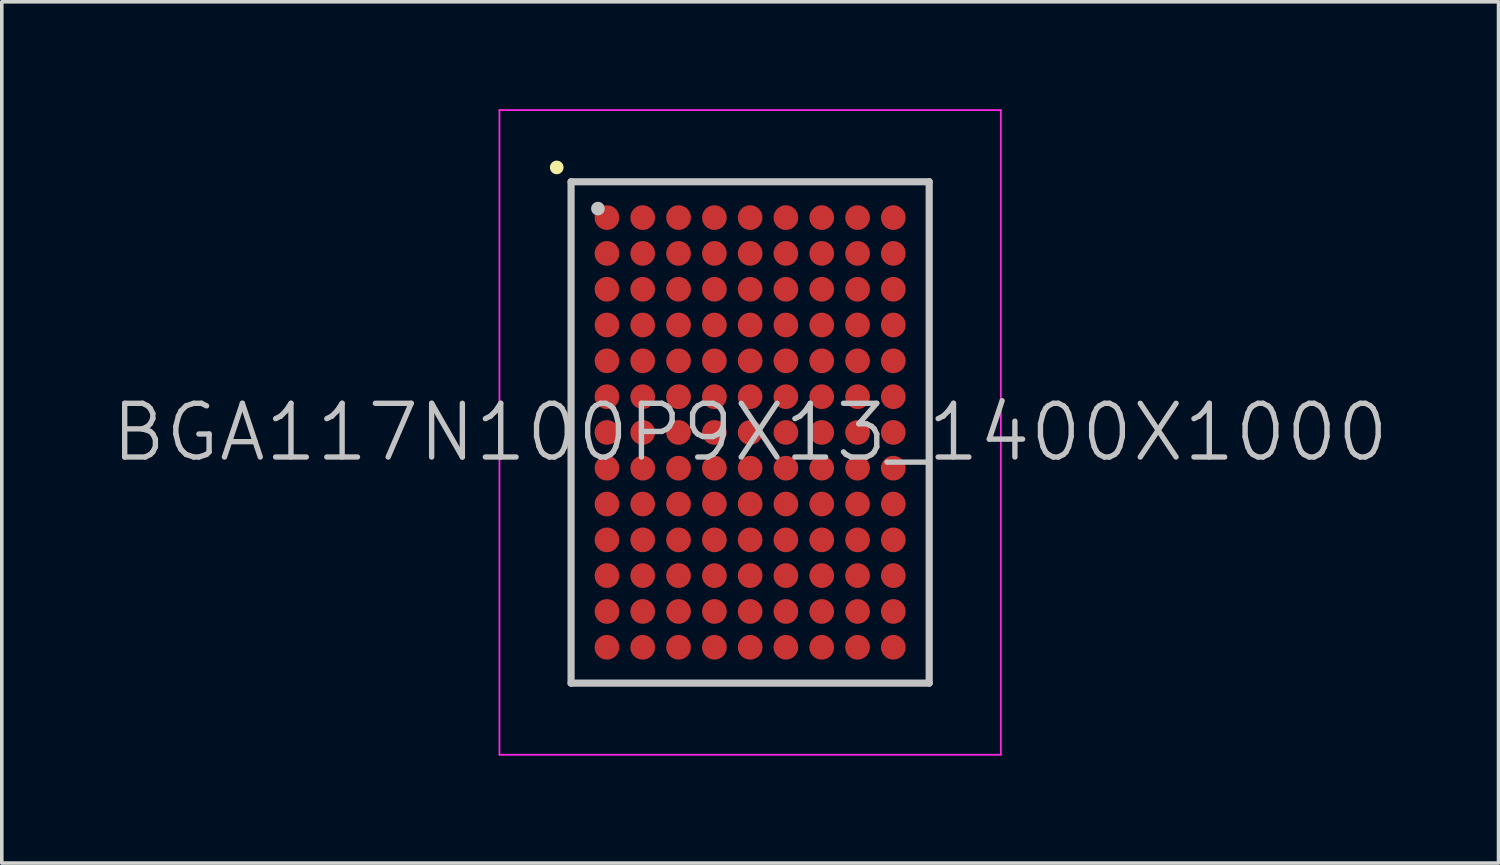
<source format=kicad_pcb>
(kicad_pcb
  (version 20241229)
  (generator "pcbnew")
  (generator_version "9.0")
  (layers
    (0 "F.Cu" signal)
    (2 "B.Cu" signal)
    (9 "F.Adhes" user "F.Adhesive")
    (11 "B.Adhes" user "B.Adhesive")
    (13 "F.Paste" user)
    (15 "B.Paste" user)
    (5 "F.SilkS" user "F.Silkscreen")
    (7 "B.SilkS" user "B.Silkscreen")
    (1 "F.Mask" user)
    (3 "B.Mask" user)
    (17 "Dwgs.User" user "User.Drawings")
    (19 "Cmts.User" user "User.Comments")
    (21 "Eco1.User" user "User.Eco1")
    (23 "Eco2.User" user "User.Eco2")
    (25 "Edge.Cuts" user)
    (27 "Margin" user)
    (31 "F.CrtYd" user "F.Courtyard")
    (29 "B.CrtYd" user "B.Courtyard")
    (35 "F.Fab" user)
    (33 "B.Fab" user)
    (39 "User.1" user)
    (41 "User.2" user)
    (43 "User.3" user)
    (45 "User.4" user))
  (footprint "BGA117N100P9X13_1400X1000"
    (layer "F.Cu")
    (at 17.896 9.025)
    (property "Reference" "BGA117N100P9X13_1400X1000" (at 0 0 0) (layer "Dwgs.User") (effects (font (size 1.5 1.5) (thickness 0.15))))
    (attr smd)
    (fp_line (start -5.4 -7.4) (end -5.4 -7.4) (stroke (width 0.381) (type solid)) (layer "F.SilkS"))
    (fp_line (start -5 -7) (end -5 7) (stroke (width 0.2) (type solid)) (layer "Dwgs.User"))
    (fp_line (start -5 -7) (end 5 -7) (stroke (width 0.2) (type solid)) (layer "Dwgs.User"))
    (fp_line (start -5 7) (end 5 7) (stroke (width 0.2) (type solid)) (layer "Dwgs.User"))
    (fp_line (start -4.25 -6.25) (end -4.25 -6.25) (stroke (width 0.381) (type solid)) (layer "Dwgs.User"))
    (fp_line (start 5 -7) (end 5 7) (stroke (width 0.2) (type solid)) (layer "Dwgs.User"))
    (fp_line (start -7 -9) (end -7 9) (stroke (width 0.05) (type solid)) (layer "F.CrtYd"))
    (fp_line (start -7 -9) (end 7 -9) (stroke (width 0.05) (type solid)) (layer "F.CrtYd"))
    (fp_line (start -7 9) (end 7 9) (stroke (width 0.05) (type solid)) (layer "F.CrtYd"))
    (fp_line (start 7 -9) (end 7 9) (stroke (width 0.05) (type solid)) (layer "F.CrtYd"))
    (pad "A1" smd circle (at -3.998 -5.999 270) (size 0.69 0.69) (layers "F.Cu" "F.Mask" "F.Paste"))
    (pad "A2" smd circle (at -3 -5.999 270) (size 0.69 0.69) (layers "F.Cu" "F.Mask" "F.Paste"))
    (pad "A3" smd circle (at -1.999 -5.999 270) (size 0.69 0.69) (layers "F.Cu" "F.Mask" "F.Paste"))
    (pad "A4" smd circle (at -0.998 -5.999 270) (size 0.69 0.69) (layers "F.Cu" "F.Mask" "F.Paste"))
    (pad "A5" smd circle (at 0 -5.999 270) (size 0.69 0.69) (layers "F.Cu" "F.Mask" "F.Paste"))
    (pad "A6" smd circle (at 0.998 -5.999 270) (size 0.69 0.69) (layers "F.Cu" "F.Mask" "F.Paste"))
    (pad "A7" smd circle (at 1.999 -5.999 270) (size 0.69 0.69) (layers "F.Cu" "F.Mask" "F.Paste"))
    (pad "A8" smd circle (at 3 -5.999 270) (size 0.69 0.69) (layers "F.Cu" "F.Mask" "F.Paste"))
    (pad "A9" smd circle (at 3.998 -5.999 270) (size 0.69 0.69) (layers "F.Cu" "F.Mask" "F.Paste"))
    (pad "B1" smd circle (at -3.998 -4.999 270) (size 0.69 0.69) (layers "F.Cu" "F.Mask" "F.Paste"))
    (pad "B2" smd circle (at -3 -4.999 270) (size 0.69 0.69) (layers "F.Cu" "F.Mask" "F.Paste"))
    (pad "B3" smd circle (at -1.999 -4.999 270) (size 0.69 0.69) (layers "F.Cu" "F.Mask" "F.Paste"))
    (pad "B4" smd circle (at -0.998 -4.999 270) (size 0.69 0.69) (layers "F.Cu" "F.Mask" "F.Paste"))
    (pad "B5" smd circle (at 0 -4.999 270) (size 0.69 0.69) (layers "F.Cu" "F.Mask" "F.Paste"))
    (pad "B6" smd circle (at 0.998 -4.999 270) (size 0.69 0.69) (layers "F.Cu" "F.Mask" "F.Paste"))
    (pad "B7" smd circle (at 1.999 -4.999 270) (size 0.69 0.69) (layers "F.Cu" "F.Mask" "F.Paste"))
    (pad "B8" smd circle (at 3 -4.999 270) (size 0.69 0.69) (layers "F.Cu" "F.Mask" "F.Paste"))
    (pad "B9" smd circle (at 3.998 -4.999 270) (size 0.69 0.69) (layers "F.Cu" "F.Mask" "F.Paste"))
    (pad "C1" smd circle (at -3.998 -3.998 270) (size 0.69 0.69) (layers "F.Cu" "F.Mask" "F.Paste"))
    (pad "C2" smd circle (at -3 -3.998 270) (size 0.69 0.69) (layers "F.Cu" "F.Mask" "F.Paste"))
    (pad "C3" smd circle (at -1.999 -3.998 270) (size 0.69 0.69) (layers "F.Cu" "F.Mask" "F.Paste"))
    (pad "C4" smd circle (at -0.998 -3.998 270) (size 0.69 0.69) (layers "F.Cu" "F.Mask" "F.Paste"))
    (pad "C5" smd circle (at 0 -3.998 270) (size 0.69 0.69) (layers "F.Cu" "F.Mask" "F.Paste"))
    (pad "C6" smd circle (at 0.998 -3.998 270) (size 0.69 0.69) (layers "F.Cu" "F.Mask" "F.Paste"))
    (pad "C7" smd circle (at 1.999 -3.998 270) (size 0.69 0.69) (layers "F.Cu" "F.Mask" "F.Paste"))
    (pad "C8" smd circle (at 3 -3.998 270) (size 0.69 0.69) (layers "F.Cu" "F.Mask" "F.Paste"))
    (pad "C9" smd circle (at 3.998 -3.998 270) (size 0.69 0.69) (layers "F.Cu" "F.Mask" "F.Paste"))
    (pad "D1" smd circle (at -3.998 -3 270) (size 0.69 0.69) (layers "F.Cu" "F.Mask" "F.Paste"))
    (pad "D2" smd circle (at -3 -3 270) (size 0.69 0.69) (layers "F.Cu" "F.Mask" "F.Paste"))
    (pad "D3" smd circle (at -1.999 -3 270) (size 0.69 0.69) (layers "F.Cu" "F.Mask" "F.Paste"))
    (pad "D4" smd circle (at -0.998 -3 270) (size 0.69 0.69) (layers "F.Cu" "F.Mask" "F.Paste"))
    (pad "D5" smd circle (at 0 -3 270) (size 0.69 0.69) (layers "F.Cu" "F.Mask" "F.Paste"))
    (pad "D6" smd circle (at 0.998 -3 270) (size 0.69 0.69) (layers "F.Cu" "F.Mask" "F.Paste"))
    (pad "D7" smd circle (at 1.999 -3 270) (size 0.69 0.69) (layers "F.Cu" "F.Mask" "F.Paste"))
    (pad "D8" smd circle (at 3 -3 270) (size 0.69 0.69) (layers "F.Cu" "F.Mask" "F.Paste"))
    (pad "D9" smd circle (at 3.998 -3 270) (size 0.69 0.69) (layers "F.Cu" "F.Mask" "F.Paste"))
    (pad "E1" smd circle (at -3.998 -1.999 270) (size 0.69 0.69) (layers "F.Cu" "F.Mask" "F.Paste"))
    (pad "E2" smd circle (at -3 -1.999 270) (size 0.69 0.69) (layers "F.Cu" "F.Mask" "F.Paste"))
    (pad "E3" smd circle (at -1.999 -1.999 270) (size 0.69 0.69) (layers "F.Cu" "F.Mask" "F.Paste"))
    (pad "E4" smd circle (at -0.998 -1.999 270) (size 0.69 0.69) (layers "F.Cu" "F.Mask" "F.Paste"))
    (pad "E5" smd circle (at 0 -1.999 270) (size 0.69 0.69) (layers "F.Cu" "F.Mask" "F.Paste"))
    (pad "E6" smd circle (at 0.998 -1.999 270) (size 0.69 0.69) (layers "F.Cu" "F.Mask" "F.Paste"))
    (pad "E7" smd circle (at 1.999 -1.999 270) (size 0.69 0.69) (layers "F.Cu" "F.Mask" "F.Paste"))
    (pad "E8" smd circle (at 3 -1.999 270) (size 0.69 0.69) (layers "F.Cu" "F.Mask" "F.Paste"))
    (pad "E9" smd circle (at 3.998 -1.999 270) (size 0.69 0.69) (layers "F.Cu" "F.Mask" "F.Paste"))
    (pad "F1" smd circle (at -3.998 -0.998 270) (size 0.69 0.69) (layers "F.Cu" "F.Mask" "F.Paste"))
    (pad "F2" smd circle (at -3 -0.998 270) (size 0.69 0.69) (layers "F.Cu" "F.Mask" "F.Paste"))
    (pad "F3" smd circle (at -1.999 -0.998 270) (size 0.69 0.69) (layers "F.Cu" "F.Mask" "F.Paste"))
    (pad "F4" smd circle (at -0.998 -0.998 270) (size 0.69 0.69) (layers "F.Cu" "F.Mask" "F.Paste"))
    (pad "F5" smd circle (at 0 -0.998 270) (size 0.69 0.69) (layers "F.Cu" "F.Mask" "F.Paste"))
    (pad "F6" smd circle (at 0.998 -0.998 270) (size 0.69 0.69) (layers "F.Cu" "F.Mask" "F.Paste"))
    (pad "F7" smd circle (at 1.999 -0.998 270) (size 0.69 0.69) (layers "F.Cu" "F.Mask" "F.Paste"))
    (pad "F8" smd circle (at 3 -0.998 270) (size 0.69 0.69) (layers "F.Cu" "F.Mask" "F.Paste"))
    (pad "F9" smd circle (at 3.998 -0.998 270) (size 0.69 0.69) (layers "F.Cu" "F.Mask" "F.Paste"))
    (pad "G1" smd circle (at -3.998 0 270) (size 0.69 0.69) (layers "F.Cu" "F.Mask" "F.Paste"))
    (pad "G2" smd circle (at -3 0 270) (size 0.69 0.69) (layers "F.Cu" "F.Mask" "F.Paste"))
    (pad "G3" smd circle (at -1.999 0 270) (size 0.69 0.69) (layers "F.Cu" "F.Mask" "F.Paste"))
    (pad "G4" smd circle (at -0.998 0 270) (size 0.69 0.69) (layers "F.Cu" "F.Mask" "F.Paste"))
    (pad "G5" smd circle (at 0 0 270) (size 0.69 0.69) (layers "F.Cu" "F.Mask" "F.Paste"))
    (pad "G6" smd circle (at 0.998 0 270) (size 0.69 0.69) (layers "F.Cu" "F.Mask" "F.Paste"))
    (pad "G7" smd circle (at 1.999 0 270) (size 0.69 0.69) (layers "F.Cu" "F.Mask" "F.Paste"))
    (pad "G8" smd circle (at 3 0 270) (size 0.69 0.69) (layers "F.Cu" "F.Mask" "F.Paste"))
    (pad "G9" smd circle (at 3.998 0 270) (size 0.69 0.69) (layers "F.Cu" "F.Mask" "F.Paste"))
    (pad "H1" smd circle (at -3.998 0.998 270) (size 0.69 0.69) (layers "F.Cu" "F.Mask" "F.Paste"))
    (pad "H2" smd circle (at -3 0.998 270) (size 0.69 0.69) (layers "F.Cu" "F.Mask" "F.Paste"))
    (pad "H3" smd circle (at -1.999 0.998 270) (size 0.69 0.69) (layers "F.Cu" "F.Mask" "F.Paste"))
    (pad "H4" smd circle (at -0.998 0.998 270) (size 0.69 0.69) (layers "F.Cu" "F.Mask" "F.Paste"))
    (pad "H5" smd circle (at 0 0.998 270) (size 0.69 0.69) (layers "F.Cu" "F.Mask" "F.Paste"))
    (pad "H6" smd circle (at 0.998 0.998 270) (size 0.69 0.69) (layers "F.Cu" "F.Mask" "F.Paste"))
    (pad "H7" smd circle (at 1.999 0.998 270) (size 0.69 0.69) (layers "F.Cu" "F.Mask" "F.Paste"))
    (pad "H8" smd circle (at 3 0.998 270) (size 0.69 0.69) (layers "F.Cu" "F.Mask" "F.Paste"))
    (pad "H9" smd circle (at 3.998 0.998 270) (size 0.69 0.69) (layers "F.Cu" "F.Mask" "F.Paste"))
    (pad "J1" smd circle (at -3.998 1.999 270) (size 0.69 0.69) (layers "F.Cu" "F.Mask" "F.Paste"))
    (pad "J2" smd circle (at -3 1.999 270) (size 0.69 0.69) (layers "F.Cu" "F.Mask" "F.Paste"))
    (pad "J3" smd circle (at -1.999 1.999 270) (size 0.69 0.69) (layers "F.Cu" "F.Mask" "F.Paste"))
    (pad "J4" smd circle (at -0.998 1.999 270) (size 0.69 0.69) (layers "F.Cu" "F.Mask" "F.Paste"))
    (pad "J5" smd circle (at 0 1.999 270) (size 0.69 0.69) (layers "F.Cu" "F.Mask" "F.Paste"))
    (pad "J6" smd circle (at 0.998 1.999 270) (size 0.69 0.69) (layers "F.Cu" "F.Mask" "F.Paste"))
    (pad "J7" smd circle (at 1.999 1.999 270) (size 0.69 0.69) (layers "F.Cu" "F.Mask" "F.Paste"))
    (pad "J8" smd circle (at 3 1.999 270) (size 0.69 0.69) (layers "F.Cu" "F.Mask" "F.Paste"))
    (pad "J9" smd circle (at 3.998 1.999 270) (size 0.69 0.69) (layers "F.Cu" "F.Mask" "F.Paste"))
    (pad "K1" smd circle (at -3.998 3 270) (size 0.69 0.69) (layers "F.Cu" "F.Mask" "F.Paste"))
    (pad "K2" smd circle (at -3 3 270) (size 0.69 0.69) (layers "F.Cu" "F.Mask" "F.Paste"))
    (pad "K3" smd circle (at -1.999 3 270) (size 0.69 0.69) (layers "F.Cu" "F.Mask" "F.Paste"))
    (pad "K4" smd circle (at -0.998 3 270) (size 0.69 0.69) (layers "F.Cu" "F.Mask" "F.Paste"))
    (pad "K5" smd circle (at 0 3 270) (size 0.69 0.69) (layers "F.Cu" "F.Mask" "F.Paste"))
    (pad "K6" smd circle (at 0.998 3 270) (size 0.69 0.69) (layers "F.Cu" "F.Mask" "F.Paste"))
    (pad "K7" smd circle (at 1.999 3 270) (size 0.69 0.69) (layers "F.Cu" "F.Mask" "F.Paste"))
    (pad "K8" smd circle (at 3 3 270) (size 0.69 0.69) (layers "F.Cu" "F.Mask" "F.Paste"))
    (pad "K9" smd circle (at 3.998 3 270) (size 0.69 0.69) (layers "F.Cu" "F.Mask" "F.Paste"))
    (pad "L1" smd circle (at -3.998 3.998 270) (size 0.69 0.69) (layers "F.Cu" "F.Mask" "F.Paste"))
    (pad "L2" smd circle (at -3 3.998 270) (size 0.69 0.69) (layers "F.Cu" "F.Mask" "F.Paste"))
    (pad "L3" smd circle (at -1.999 3.998 270) (size 0.69 0.69) (layers "F.Cu" "F.Mask" "F.Paste"))
    (pad "L4" smd circle (at -0.998 3.998 270) (size 0.69 0.69) (layers "F.Cu" "F.Mask" "F.Paste"))
    (pad "L5" smd circle (at 0 3.998 270) (size 0.69 0.69) (layers "F.Cu" "F.Mask" "F.Paste"))
    (pad "L6" smd circle (at 0.998 3.998 270) (size 0.69 0.69) (layers "F.Cu" "F.Mask" "F.Paste"))
    (pad "L7" smd circle (at 1.999 3.998 270) (size 0.69 0.69) (layers "F.Cu" "F.Mask" "F.Paste"))
    (pad "L8" smd circle (at 3 3.998 270) (size 0.69 0.69) (layers "F.Cu" "F.Mask" "F.Paste"))
    (pad "L9" smd circle (at 3.998 3.998 270) (size 0.69 0.69) (layers "F.Cu" "F.Mask" "F.Paste"))
    (pad "M1" smd circle (at -3.998 4.999 270) (size 0.69 0.69) (layers "F.Cu" "F.Mask" "F.Paste"))
    (pad "M2" smd circle (at -3 4.999 270) (size 0.69 0.69) (layers "F.Cu" "F.Mask" "F.Paste"))
    (pad "M3" smd circle (at -1.999 4.999 270) (size 0.69 0.69) (layers "F.Cu" "F.Mask" "F.Paste"))
    (pad "M4" smd circle (at -0.998 4.999 270) (size 0.69 0.69) (layers "F.Cu" "F.Mask" "F.Paste"))
    (pad "M5" smd circle (at 0 4.999 270) (size 0.69 0.69) (layers "F.Cu" "F.Mask" "F.Paste"))
    (pad "M6" smd circle (at 0.998 4.999 270) (size 0.69 0.69) (layers "F.Cu" "F.Mask" "F.Paste"))
    (pad "M7" smd circle (at 1.999 4.999 270) (size 0.69 0.69) (layers "F.Cu" "F.Mask" "F.Paste"))
    (pad "M8" smd circle (at 3 4.999 270) (size 0.69 0.69) (layers "F.Cu" "F.Mask" "F.Paste"))
    (pad "M9" smd circle (at 3.998 4.999 270) (size 0.69 0.69) (layers "F.Cu" "F.Mask" "F.Paste"))
    (pad "N1" smd circle (at -3.998 5.999 270) (size 0.69 0.69) (layers "F.Cu" "F.Mask" "F.Paste"))
    (pad "N2" smd circle (at -3 5.999 270) (size 0.69 0.69) (layers "F.Cu" "F.Mask" "F.Paste"))
    (pad "N3" smd circle (at -1.999 5.999 270) (size 0.69 0.69) (layers "F.Cu" "F.Mask" "F.Paste"))
    (pad "N4" smd circle (at -0.998 5.999 270) (size 0.69 0.69) (layers "F.Cu" "F.Mask" "F.Paste"))
    (pad "N5" smd circle (at 0 5.999 270) (size 0.69 0.69) (layers "F.Cu" "F.Mask" "F.Paste"))
    (pad "N6" smd circle (at 0.998 5.999 270) (size 0.69 0.69) (layers "F.Cu" "F.Mask" "F.Paste"))
    (pad "N7" smd circle (at 1.999 5.999 270) (size 0.69 0.69) (layers "F.Cu" "F.Mask" "F.Paste"))
    (pad "N8" smd circle (at 3 5.999 270) (size 0.69 0.69) (layers "F.Cu" "F.Mask" "F.Paste"))
    (pad "N9" smd circle (at 3.998 5.999 270) (size 0.69 0.69) (layers "F.Cu" "F.Mask" "F.Paste")))
  (gr_rect
    (start -3 -3)
    (end 38.793 21.05)
    (stroke (width 0.1) (type default))
    (fill no)
    (layer "Edge.Cuts")))
</source>
